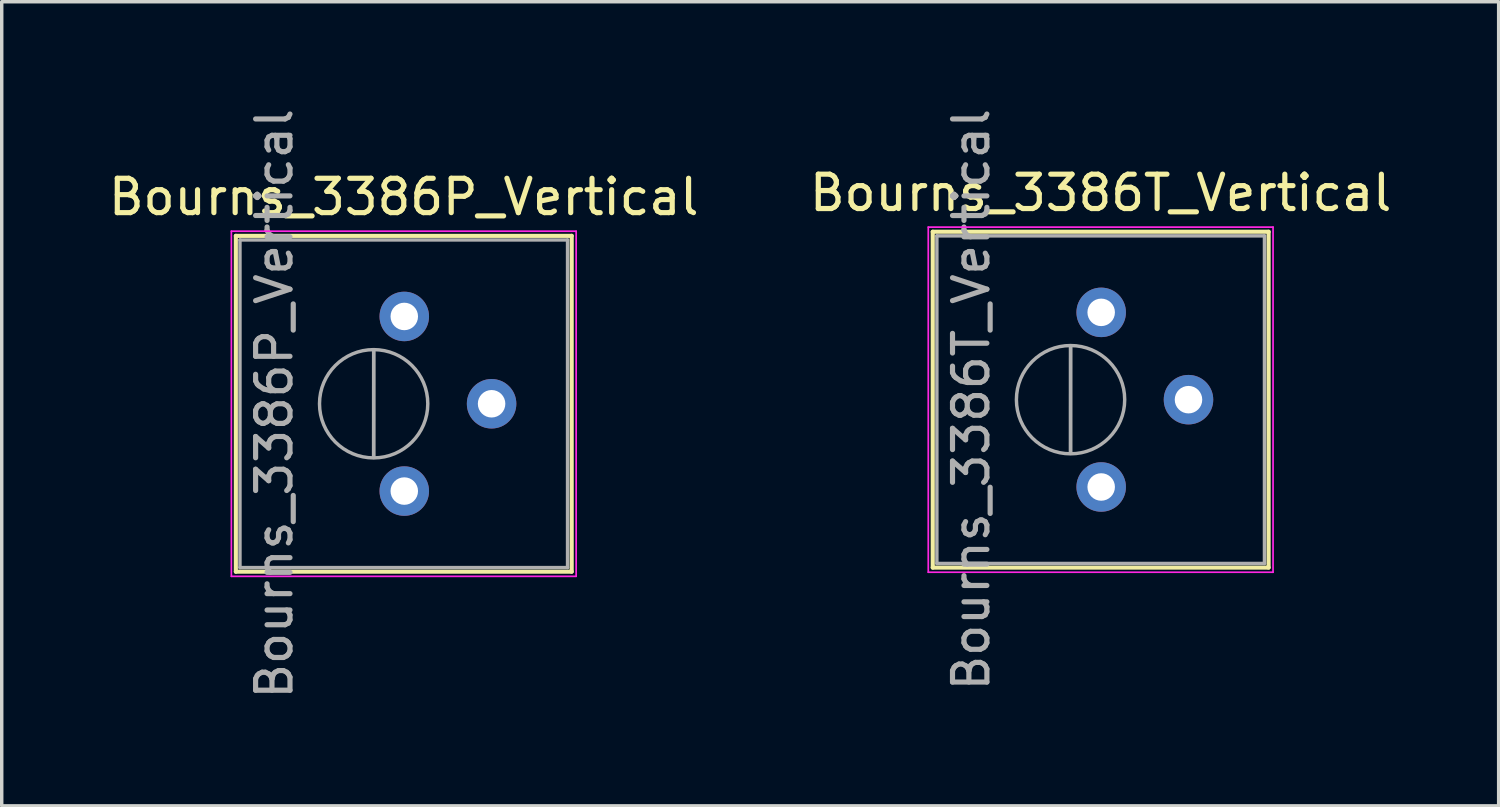
<source format=kicad_pcb>
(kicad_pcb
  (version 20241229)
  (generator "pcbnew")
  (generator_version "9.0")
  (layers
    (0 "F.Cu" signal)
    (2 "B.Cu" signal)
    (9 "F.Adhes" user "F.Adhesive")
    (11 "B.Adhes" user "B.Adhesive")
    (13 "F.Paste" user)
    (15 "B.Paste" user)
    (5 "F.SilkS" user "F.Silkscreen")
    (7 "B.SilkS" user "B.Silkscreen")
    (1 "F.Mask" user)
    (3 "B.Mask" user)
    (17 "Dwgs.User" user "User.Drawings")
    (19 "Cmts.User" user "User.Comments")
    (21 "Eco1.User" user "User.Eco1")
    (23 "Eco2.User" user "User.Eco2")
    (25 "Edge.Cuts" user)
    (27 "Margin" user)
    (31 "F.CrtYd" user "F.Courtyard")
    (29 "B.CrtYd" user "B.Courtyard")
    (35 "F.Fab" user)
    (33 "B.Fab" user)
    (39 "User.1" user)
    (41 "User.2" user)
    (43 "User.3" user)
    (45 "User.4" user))
  (footprint "Bourns_3386T_Vertical"
    (layer "F.Cu")
    (at 28.985 11.117)
    (property "Reference" "Bourns_3386T_Vertical" (at -0.015 -8.555 0) (layer "F.SilkS") (effects (font (size 1 1) (thickness 0.15))))
    (attr through_hole)
    (fp_line (start -4.9 -7.425) (end -4.9 2.345) (stroke (width 0.12) (type solid)) (layer "F.SilkS"))
    (fp_line (start -4.9 -7.425) (end 4.87 -7.425) (stroke (width 0.12) (type solid)) (layer "F.SilkS"))
    (fp_line (start -4.9 2.345) (end 4.87 2.345) (stroke (width 0.12) (type solid)) (layer "F.SilkS"))
    (fp_line (start 4.87 -7.425) (end 4.87 2.345) (stroke (width 0.12) (type solid)) (layer "F.SilkS"))
    (fp_line (start -5.03 -7.56) (end -5.03 2.48) (stroke (width 0.05) (type solid)) (layer "F.CrtYd"))
    (fp_line (start -5.03 2.48) (end 5 2.48) (stroke (width 0.05) (type solid)) (layer "F.CrtYd"))
    (fp_line (start 5 -7.56) (end -5.03 -7.56) (stroke (width 0.05) (type solid)) (layer "F.CrtYd"))
    (fp_line (start 5 2.48) (end 5 -7.56) (stroke (width 0.05) (type solid)) (layer "F.CrtYd"))
    (fp_line (start -4.78 -7.305) (end -4.78 2.225) (stroke (width 0.1) (type solid)) (layer "F.Fab"))
    (fp_line (start -4.78 2.225) (end 4.75 2.225) (stroke (width 0.1) (type solid)) (layer "F.Fab"))
    (fp_line (start -0.891 -0.98) (end -0.89 -4.099) (stroke (width 0.1) (type solid)) (layer "F.Fab"))
    (fp_line (start -0.891 -0.98) (end -0.89 -4.099) (stroke (width 0.1) (type solid)) (layer "F.Fab"))
    (fp_line (start 4.75 -7.305) (end -4.78 -7.305) (stroke (width 0.1) (type solid)) (layer "F.Fab"))
    (fp_line (start 4.75 2.225) (end 4.75 -7.305) (stroke (width 0.1) (type solid)) (layer "F.Fab"))
    (fp_circle (center -0.891 -2.54) (end 0.684 -2.54) (stroke (width 0.1) (type solid)) (fill no) (layer "F.Fab"))
    (fp_text user "${REFERENCE}" (at -3.78 -2.54 90) (layer "F.Fab") (effects (font (size 1 1) (thickness 0.15))))
    (pad "1" thru_hole circle (at 0 0) (size 1.44 1.44) (drill 0.8) (layers "*.Cu" "*.Mask"))
    (pad "2" thru_hole circle (at 2.54 -2.54) (size 1.44 1.44) (drill 0.8) (layers "*.Cu" "*.Mask"))
    (pad "3" thru_hole circle (at 0 -5.08) (size 1.44 1.44) (drill 0.8) (layers "*.Cu" "*.Mask")))
  (footprint "Bourns_3386P_Vertical"
    (layer "F.Cu")
    (at 8.711 11.236)
    (property "Reference" "Bourns_3386P_Vertical" (at -0.015 -8.555 0) (layer "F.SilkS") (effects (font (size 1 1) (thickness 0.15))))
    (attr through_hole)
    (fp_line (start -4.9 -7.425) (end -4.9 2.345) (stroke (width 0.12) (type solid)) (layer "F.SilkS"))
    (fp_line (start -4.9 -7.425) (end 4.87 -7.425) (stroke (width 0.12) (type solid)) (layer "F.SilkS"))
    (fp_line (start -4.9 2.345) (end 4.87 2.345) (stroke (width 0.12) (type solid)) (layer "F.SilkS"))
    (fp_line (start 4.87 -7.425) (end 4.87 2.345) (stroke (width 0.12) (type solid)) (layer "F.SilkS"))
    (fp_line (start -5.03 -7.56) (end -5.03 2.48) (stroke (width 0.05) (type solid)) (layer "F.CrtYd"))
    (fp_line (start -5.03 2.48) (end 5 2.48) (stroke (width 0.05) (type solid)) (layer "F.CrtYd"))
    (fp_line (start 5 -7.56) (end -5.03 -7.56) (stroke (width 0.05) (type solid)) (layer "F.CrtYd"))
    (fp_line (start 5 2.48) (end 5 -7.56) (stroke (width 0.05) (type solid)) (layer "F.CrtYd"))
    (fp_line (start -4.78 -7.305) (end -4.78 2.225) (stroke (width 0.1) (type solid)) (layer "F.Fab"))
    (fp_line (start -4.78 2.225) (end 4.75 2.225) (stroke (width 0.1) (type solid)) (layer "F.Fab"))
    (fp_line (start -0.891 -0.98) (end -0.89 -4.099) (stroke (width 0.1) (type solid)) (layer "F.Fab"))
    (fp_line (start -0.891 -0.98) (end -0.89 -4.099) (stroke (width 0.1) (type solid)) (layer "F.Fab"))
    (fp_line (start 4.75 -7.305) (end -4.78 -7.305) (stroke (width 0.1) (type solid)) (layer "F.Fab"))
    (fp_line (start 4.75 2.225) (end 4.75 -7.305) (stroke (width 0.1) (type solid)) (layer "F.Fab"))
    (fp_circle (center -0.891 -2.54) (end 0.684 -2.54) (stroke (width 0.1) (type solid)) (fill no) (layer "F.Fab"))
    (fp_text user "${REFERENCE}" (at -3.78 -2.54 90) (layer "F.Fab") (effects (font (size 1 1) (thickness 0.15))))
    (pad "1" thru_hole circle (at 0 0) (size 1.44 1.44) (drill 0.8) (layers "*.Cu" "*.Mask"))
    (pad "2" thru_hole circle (at 2.54 -2.54) (size 1.44 1.44) (drill 0.8) (layers "*.Cu" "*.Mask"))
    (pad "3" thru_hole circle (at 0 -5.08) (size 1.44 1.44) (drill 0.8) (layers "*.Cu" "*.Mask")))
  (gr_rect
    (start -3 -3)
    (end 40.548 20.393)
    (stroke (width 0.1) (type default))
    (fill no)
    (layer "Edge.Cuts")))
</source>
